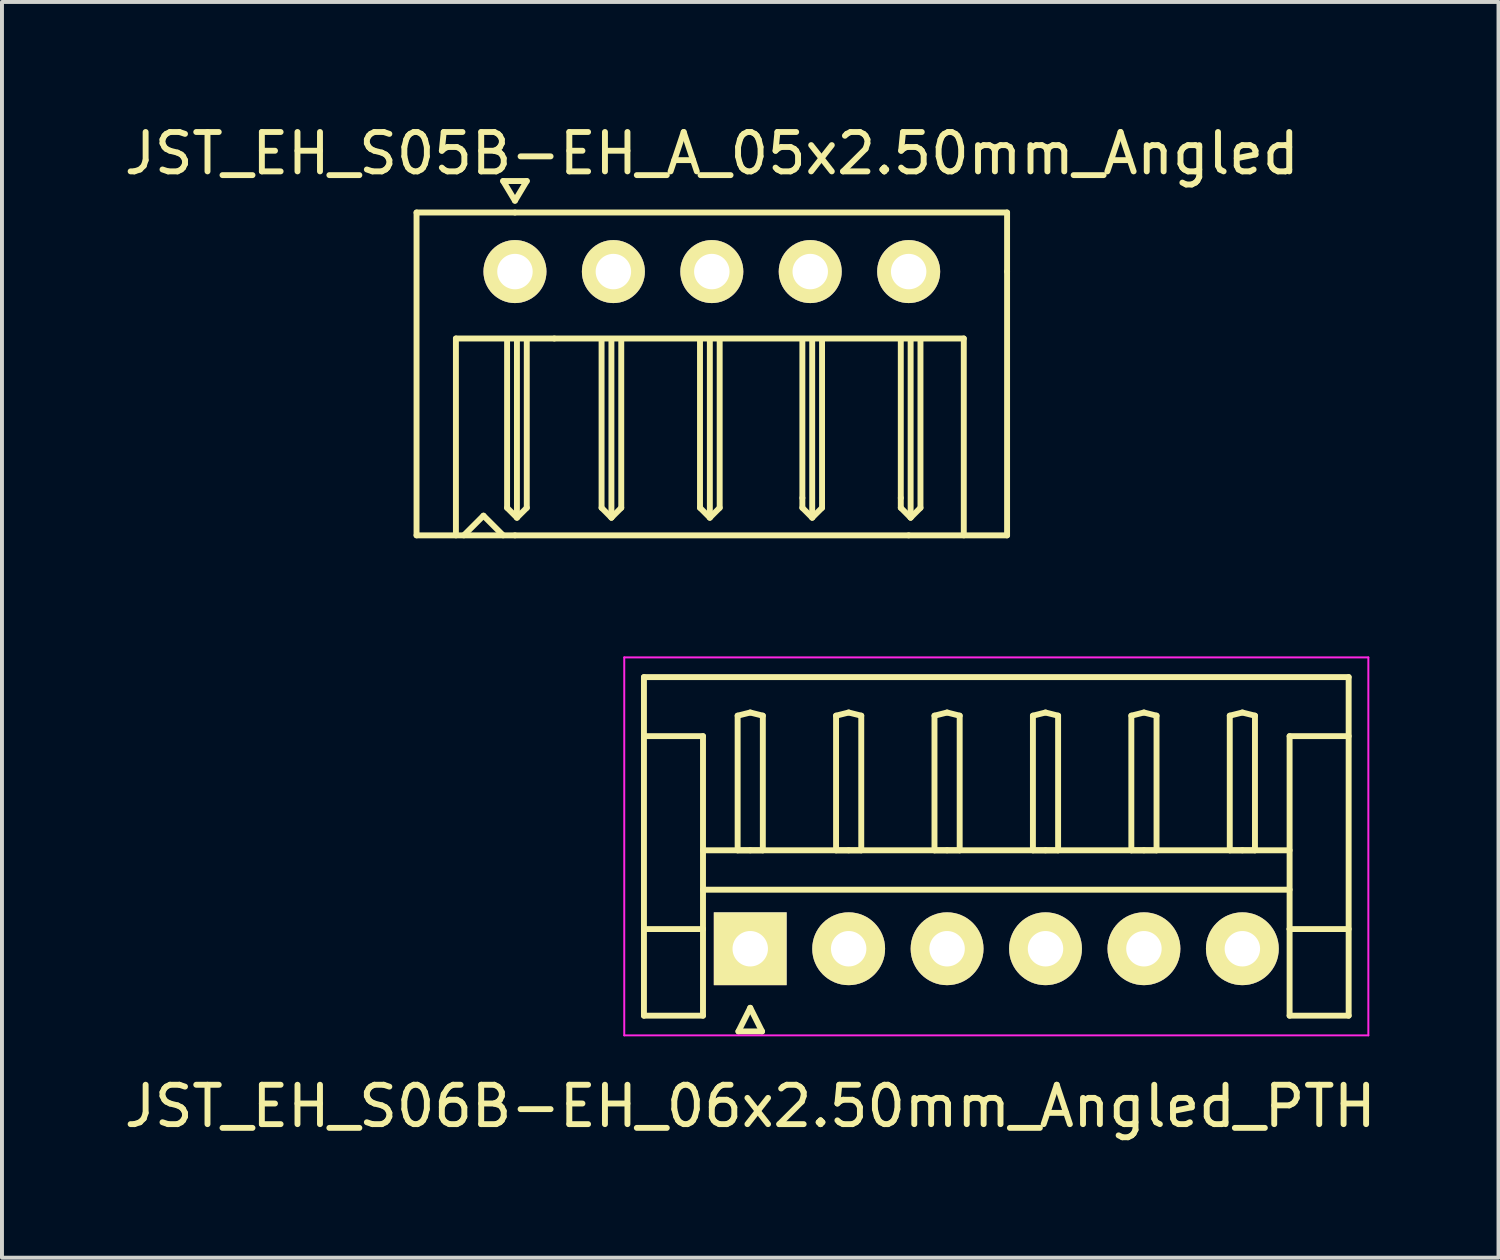
<source format=kicad_pcb>
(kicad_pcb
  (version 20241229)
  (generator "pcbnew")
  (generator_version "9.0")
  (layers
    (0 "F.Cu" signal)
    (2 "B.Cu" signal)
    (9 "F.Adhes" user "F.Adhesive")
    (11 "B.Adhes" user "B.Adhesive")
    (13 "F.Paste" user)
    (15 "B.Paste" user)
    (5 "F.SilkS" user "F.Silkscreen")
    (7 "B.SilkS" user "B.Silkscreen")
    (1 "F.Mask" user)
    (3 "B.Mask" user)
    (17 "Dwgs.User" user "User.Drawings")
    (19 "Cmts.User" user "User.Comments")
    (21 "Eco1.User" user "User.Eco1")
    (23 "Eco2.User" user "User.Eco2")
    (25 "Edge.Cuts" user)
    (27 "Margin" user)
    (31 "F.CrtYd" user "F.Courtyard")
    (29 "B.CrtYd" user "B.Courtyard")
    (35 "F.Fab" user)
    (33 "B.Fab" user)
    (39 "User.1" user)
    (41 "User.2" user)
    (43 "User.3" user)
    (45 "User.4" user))
  (footprint "JST_EH_S05B-EH_A_05x2.50mm_Angled"
    (layer "F.Cu")
    (at 15.03 3.848)
    (property "Reference" "JST_EH_S05B-EH_A_05x2.50mm_Angled" (at 0 -3 0) (layer "F.SilkS") (effects (font (size 1 1) (thickness 0.15))))
    (attr through_hole)
    (fp_line (start -7.5 -1.5) (end -7.5 6.7) (stroke (width 0.15) (type solid)) (layer "F.SilkS"))
    (fp_line (start -7.5 6.7) (end -5 6.7) (stroke (width 0.15) (type solid)) (layer "F.SilkS"))
    (fp_line (start -6.5 1.7) (end -6.5 6.7) (stroke (width 0.15) (type solid)) (layer "F.SilkS"))
    (fp_line (start -6.5 1.7) (end -4 1.7) (stroke (width 0.15) (type solid)) (layer "F.SilkS"))
    (fp_line (start -5.8 6.2) (end -6.3 6.7) (stroke (width 0.15) (type solid)) (layer "F.SilkS"))
    (fp_line (start -5.8 6.2) (end -5.3 6.7) (stroke (width 0.15) (type solid)) (layer "F.SilkS"))
    (fp_line (start -5.3 -2.3) (end -5 -1.8) (stroke (width 0.15) (type solid)) (layer "F.SilkS"))
    (fp_line (start -5.2 6) (end -5.2 1.75) (stroke (width 0.15) (type solid)) (layer "F.SilkS"))
    (fp_line (start -5 -1.8) (end -4.7 -2.3) (stroke (width 0.15) (type solid)) (layer "F.SilkS"))
    (fp_line (start -5 -1.5) (end -7.5 -1.5) (stroke (width 0.15) (type solid)) (layer "F.SilkS"))
    (fp_line (start -5 6.7) (end 5 6.7) (stroke (width 0.15) (type solid)) (layer "F.SilkS"))
    (fp_line (start -4.95 6.25) (end -5.2 6) (stroke (width 0.15) (type solid)) (layer "F.SilkS"))
    (fp_line (start -4.95 6.25) (end -4.95 1.75) (stroke (width 0.15) (type solid)) (layer "F.SilkS"))
    (fp_line (start -4.7 -2.3) (end -5.3 -2.3) (stroke (width 0.15) (type solid)) (layer "F.SilkS"))
    (fp_line (start -4.7 1.75) (end -4.7 6) (stroke (width 0.15) (type solid)) (layer "F.SilkS"))
    (fp_line (start -4.7 6) (end -4.95 6.25) (stroke (width 0.15) (type solid)) (layer "F.SilkS"))
    (fp_line (start -4 1.7) (end 6.4 1.7) (stroke (width 0.15) (type solid)) (layer "F.SilkS"))
    (fp_line (start -2.8 6) (end -2.8 1.75) (stroke (width 0.15) (type solid)) (layer "F.SilkS"))
    (fp_line (start -2.55 6.25) (end -2.8 6) (stroke (width 0.15) (type solid)) (layer "F.SilkS"))
    (fp_line (start -2.55 6.25) (end -2.55 1.75) (stroke (width 0.15) (type solid)) (layer "F.SilkS"))
    (fp_line (start -2.3 1.75) (end -2.3 6) (stroke (width 0.15) (type solid)) (layer "F.SilkS"))
    (fp_line (start -2.3 6) (end -2.55 6.25) (stroke (width 0.15) (type solid)) (layer "F.SilkS"))
    (fp_line (start -0.3 6) (end -0.3 1.75) (stroke (width 0.15) (type solid)) (layer "F.SilkS"))
    (fp_line (start -0.05 1.75) (end -0.05 6.25) (stroke (width 0.15) (type solid)) (layer "F.SilkS"))
    (fp_line (start -0.05 6.25) (end -0.3 6) (stroke (width 0.15) (type solid)) (layer "F.SilkS"))
    (fp_line (start 0.2 1.75) (end 0.2 6) (stroke (width 0.15) (type solid)) (layer "F.SilkS"))
    (fp_line (start 0.2 6) (end -0.05 6.25) (stroke (width 0.15) (type solid)) (layer "F.SilkS"))
    (fp_line (start 2.3 1.75) (end 2.3 5.75) (stroke (width 0.15) (type solid)) (layer "F.SilkS"))
    (fp_line (start 2.3 5.75) (end 2.3 6) (stroke (width 0.15) (type solid)) (layer "F.SilkS"))
    (fp_line (start 2.3 6) (end 2.55 6.25) (stroke (width 0.15) (type solid)) (layer "F.SilkS"))
    (fp_line (start 2.55 6.25) (end 2.55 1.75) (stroke (width 0.15) (type solid)) (layer "F.SilkS"))
    (fp_line (start 2.55 6.25) (end 2.8 6) (stroke (width 0.15) (type solid)) (layer "F.SilkS"))
    (fp_line (start 2.8 6) (end 2.8 1.75) (stroke (width 0.15) (type solid)) (layer "F.SilkS"))
    (fp_line (start 4.8 1.75) (end 4.8 5.75) (stroke (width 0.15) (type solid)) (layer "F.SilkS"))
    (fp_line (start 4.8 5.75) (end 4.8 6) (stroke (width 0.15) (type solid)) (layer "F.SilkS"))
    (fp_line (start 4.8 6) (end 5.05 6.25) (stroke (width 0.15) (type solid)) (layer "F.SilkS"))
    (fp_line (start 5 6.7) (end 7.5 6.7) (stroke (width 0.15) (type solid)) (layer "F.SilkS"))
    (fp_line (start 5.05 6.25) (end 5.05 1.75) (stroke (width 0.15) (type solid)) (layer "F.SilkS"))
    (fp_line (start 5.05 6.25) (end 5.3 6) (stroke (width 0.15) (type solid)) (layer "F.SilkS"))
    (fp_line (start 5.3 6) (end 5.3 1.75) (stroke (width 0.15) (type solid)) (layer "F.SilkS"))
    (fp_line (start 6.4 1.7) (end 6.4 6.7) (stroke (width 0.15) (type solid)) (layer "F.SilkS"))
    (fp_line (start 7.5 -1.5) (end -5 -1.5) (stroke (width 0.15) (type solid)) (layer "F.SilkS"))
    (fp_line (start 7.5 -1.5) (end 7.5 0) (stroke (width 0.15) (type solid)) (layer "F.SilkS"))
    (fp_line (start 7.5 6.7) (end 7.5 0) (stroke (width 0.15) (type solid)) (layer "F.SilkS"))
    (pad "1" thru_hole circle (at -5 0) (size 1.6 1.6) (drill 0.9) (layers "*.Cu" "*.Mask" "F.SilkS"))
    (pad "2" thru_hole circle (at -2.5 0) (size 1.6 1.6) (drill 0.9) (layers "*.Cu" "*.Mask" "F.SilkS"))
    (pad "3" thru_hole circle (at 0 0) (size 1.6 1.6) (drill 0.9) (layers "*.Cu" "*.Mask" "F.SilkS"))
    (pad "4" thru_hole circle (at 2.5 0) (size 1.6 1.6) (drill 0.9) (layers "*.Cu" "*.Mask" "F.SilkS"))
    (pad "5" thru_hole circle (at 5 0) (size 1.6 1.6) (drill 0.9) (layers "*.Cu" "*.Mask" "F.SilkS")))
  (footprint "JST_EH_S06B-EH_06x2.50mm_Angled_PTH"
    (layer "F.Cu")
    (at 16.006 21.048)
    (property "Reference" "JST_EH_S06B-EH_06x2.50mm_Angled_PTH" (at 0 4 0) (layer "F.SilkS") (effects (font (size 1 1) (thickness 0.15))))
    (attr through_hole)
    (fp_line (start -2.7 -6.9) (end 15.2 -6.9) (stroke (width 0.15) (type solid)) (layer "F.SilkS"))
    (fp_line (start -2.7 -5.4) (end -1.2 -5.4) (stroke (width 0.15) (type solid)) (layer "F.SilkS"))
    (fp_line (start -2.7 1.7) (end -2.7 -6.9) (stroke (width 0.15) (type solid)) (layer "F.SilkS"))
    (fp_line (start -1.2 -5.4) (end -1.2 -0.5) (stroke (width 0.15) (type solid)) (layer "F.SilkS"))
    (fp_line (start -1.2 -2.5) (end 13.7 -2.5) (stroke (width 0.15) (type solid)) (layer "F.SilkS"))
    (fp_line (start -1.2 -1.5) (end 13.7 -1.5) (stroke (width 0.15) (type solid)) (layer "F.SilkS"))
    (fp_line (start -1.2 -0.5) (end -2.7 -0.5) (stroke (width 0.15) (type solid)) (layer "F.SilkS"))
    (fp_line (start -1.2 -0.5) (end -1.2 1.7) (stroke (width 0.15) (type solid)) (layer "F.SilkS"))
    (fp_line (start -1.2 1.7) (end -2.7 1.7) (stroke (width 0.15) (type solid)) (layer "F.SilkS"))
    (fp_line (start -0.32 -5.92) (end 0 -6) (stroke (width 0.15) (type solid)) (layer "F.SilkS"))
    (fp_line (start -0.32 -2.5) (end -0.32 -5.92) (stroke (width 0.15) (type solid)) (layer "F.SilkS"))
    (fp_line (start -0.3 2.1) (end 0.3 2.1) (stroke (width 0.15) (type solid)) (layer "F.SilkS"))
    (fp_line (start 0 -6) (end 0.32 -5.92) (stroke (width 0.15) (type solid)) (layer "F.SilkS"))
    (fp_line (start 0 -2.5) (end -0.32 -2.5) (stroke (width 0.15) (type solid)) (layer "F.SilkS"))
    (fp_line (start 0 1.5) (end -0.3 2.1) (stroke (width 0.15) (type solid)) (layer "F.SilkS"))
    (fp_line (start 0.3 2.1) (end 0 1.5) (stroke (width 0.15) (type solid)) (layer "F.SilkS"))
    (fp_line (start 0.32 -5.92) (end 0.32 -2.5) (stroke (width 0.15) (type solid)) (layer "F.SilkS"))
    (fp_line (start 0.32 -2.5) (end 0 -2.5) (stroke (width 0.15) (type solid)) (layer "F.SilkS"))
    (fp_line (start 2.18 -5.92) (end 2.5 -6) (stroke (width 0.15) (type solid)) (layer "F.SilkS"))
    (fp_line (start 2.18 -2.5) (end 2.18 -5.92) (stroke (width 0.15) (type solid)) (layer "F.SilkS"))
    (fp_line (start 2.5 -6) (end 2.82 -5.92) (stroke (width 0.15) (type solid)) (layer "F.SilkS"))
    (fp_line (start 2.5 -2.5) (end 2.18 -2.5) (stroke (width 0.15) (type solid)) (layer "F.SilkS"))
    (fp_line (start 2.82 -5.92) (end 2.82 -2.5) (stroke (width 0.15) (type solid)) (layer "F.SilkS"))
    (fp_line (start 2.82 -2.5) (end 2.5 -2.5) (stroke (width 0.15) (type solid)) (layer "F.SilkS"))
    (fp_line (start 4.68 -5.92) (end 5 -6) (stroke (width 0.15) (type solid)) (layer "F.SilkS"))
    (fp_line (start 4.68 -2.5) (end 4.68 -5.92) (stroke (width 0.15) (type solid)) (layer "F.SilkS"))
    (fp_line (start 5 -6) (end 5.32 -5.92) (stroke (width 0.15) (type solid)) (layer "F.SilkS"))
    (fp_line (start 5 -2.5) (end 4.68 -2.5) (stroke (width 0.15) (type solid)) (layer "F.SilkS"))
    (fp_line (start 5.32 -5.92) (end 5.32 -2.5) (stroke (width 0.15) (type solid)) (layer "F.SilkS"))
    (fp_line (start 5.32 -2.5) (end 5 -2.5) (stroke (width 0.15) (type solid)) (layer "F.SilkS"))
    (fp_line (start 7.18 -5.92) (end 7.5 -6) (stroke (width 0.15) (type solid)) (layer "F.SilkS"))
    (fp_line (start 7.18 -2.5) (end 7.18 -5.92) (stroke (width 0.15) (type solid)) (layer "F.SilkS"))
    (fp_line (start 7.5 -6) (end 7.82 -5.92) (stroke (width 0.15) (type solid)) (layer "F.SilkS"))
    (fp_line (start 7.5 -2.5) (end 7.18 -2.5) (stroke (width 0.15) (type solid)) (layer "F.SilkS"))
    (fp_line (start 7.82 -5.92) (end 7.82 -2.5) (stroke (width 0.15) (type solid)) (layer "F.SilkS"))
    (fp_line (start 7.82 -2.5) (end 7.5 -2.5) (stroke (width 0.15) (type solid)) (layer "F.SilkS"))
    (fp_line (start 9.68 -5.92) (end 10 -6) (stroke (width 0.15) (type solid)) (layer "F.SilkS"))
    (fp_line (start 9.68 -2.5) (end 9.68 -5.92) (stroke (width 0.15) (type solid)) (layer "F.SilkS"))
    (fp_line (start 10 -6) (end 10.32 -5.92) (stroke (width 0.15) (type solid)) (layer "F.SilkS"))
    (fp_line (start 10 -2.5) (end 9.68 -2.5) (stroke (width 0.15) (type solid)) (layer "F.SilkS"))
    (fp_line (start 10.32 -5.92) (end 10.32 -2.5) (stroke (width 0.15) (type solid)) (layer "F.SilkS"))
    (fp_line (start 10.32 -2.5) (end 10 -2.5) (stroke (width 0.15) (type solid)) (layer "F.SilkS"))
    (fp_line (start 12.18 -5.92) (end 12.5 -6) (stroke (width 0.15) (type solid)) (layer "F.SilkS"))
    (fp_line (start 12.18 -2.5) (end 12.18 -5.92) (stroke (width 0.15) (type solid)) (layer "F.SilkS"))
    (fp_line (start 12.5 -6) (end 12.82 -5.92) (stroke (width 0.15) (type solid)) (layer "F.SilkS"))
    (fp_line (start 12.5 -2.5) (end 12.18 -2.5) (stroke (width 0.15) (type solid)) (layer "F.SilkS"))
    (fp_line (start 12.82 -5.92) (end 12.82 -2.5) (stroke (width 0.15) (type solid)) (layer "F.SilkS"))
    (fp_line (start 12.82 -2.5) (end 12.5 -2.5) (stroke (width 0.15) (type solid)) (layer "F.SilkS"))
    (fp_line (start 13.7 -5.4) (end 13.7 -0.5) (stroke (width 0.15) (type solid)) (layer "F.SilkS"))
    (fp_line (start 13.7 -0.5) (end 15.2 -0.5) (stroke (width 0.15) (type solid)) (layer "F.SilkS"))
    (fp_line (start 13.7 1.7) (end 13.7 -0.5) (stroke (width 0.15) (type solid)) (layer "F.SilkS"))
    (fp_line (start 15.2 -6.9) (end 15.2 1.7) (stroke (width 0.15) (type solid)) (layer "F.SilkS"))
    (fp_line (start 15.2 -5.4) (end 13.7 -5.4) (stroke (width 0.15) (type solid)) (layer "F.SilkS"))
    (fp_line (start 15.2 1.7) (end 13.7 1.7) (stroke (width 0.15) (type solid)) (layer "F.SilkS"))
    (fp_line (start -3.2 -7.4) (end -3.2 2.2) (stroke (width 0.05) (type solid)) (layer "F.CrtYd"))
    (fp_line (start -3.2 2.2) (end 15.7 2.2) (stroke (width 0.05) (type solid)) (layer "F.CrtYd"))
    (fp_line (start 15.7 -7.4) (end -3.2 -7.4) (stroke (width 0.05) (type solid)) (layer "F.CrtYd"))
    (fp_line (start 15.7 2.2) (end 15.7 -7.4) (stroke (width 0.05) (type solid)) (layer "F.CrtYd"))
    (pad "1" thru_hole rect (at 0 0) (size 1.85 1.85) (drill 0.9) (layers "*.Cu" "*.Mask" "F.SilkS"))
    (pad "2" thru_hole circle (at 2.5 0) (size 1.85 1.85) (drill 0.9) (layers "*.Cu" "*.Mask" "F.SilkS"))
    (pad "3" thru_hole circle (at 5 0) (size 1.85 1.85) (drill 0.9) (layers "*.Cu" "*.Mask" "F.SilkS"))
    (pad "4" thru_hole circle (at 7.5 0) (size 1.85 1.85) (drill 0.9) (layers "*.Cu" "*.Mask" "F.SilkS"))
    (pad "5" thru_hole circle (at 10 0) (size 1.85 1.85) (drill 0.9) (layers "*.Cu" "*.Mask" "F.SilkS"))
    (pad "6" thru_hole circle (at 12.5 0) (size 1.85 1.85) (drill 0.9) (layers "*.Cu" "*.Mask" "F.SilkS")))
  (gr_rect
    (start -3 -3)
    (end 35.012 28.896)
    (stroke (width 0.1) (type default))
    (fill no)
    (layer "Edge.Cuts")))
</source>
